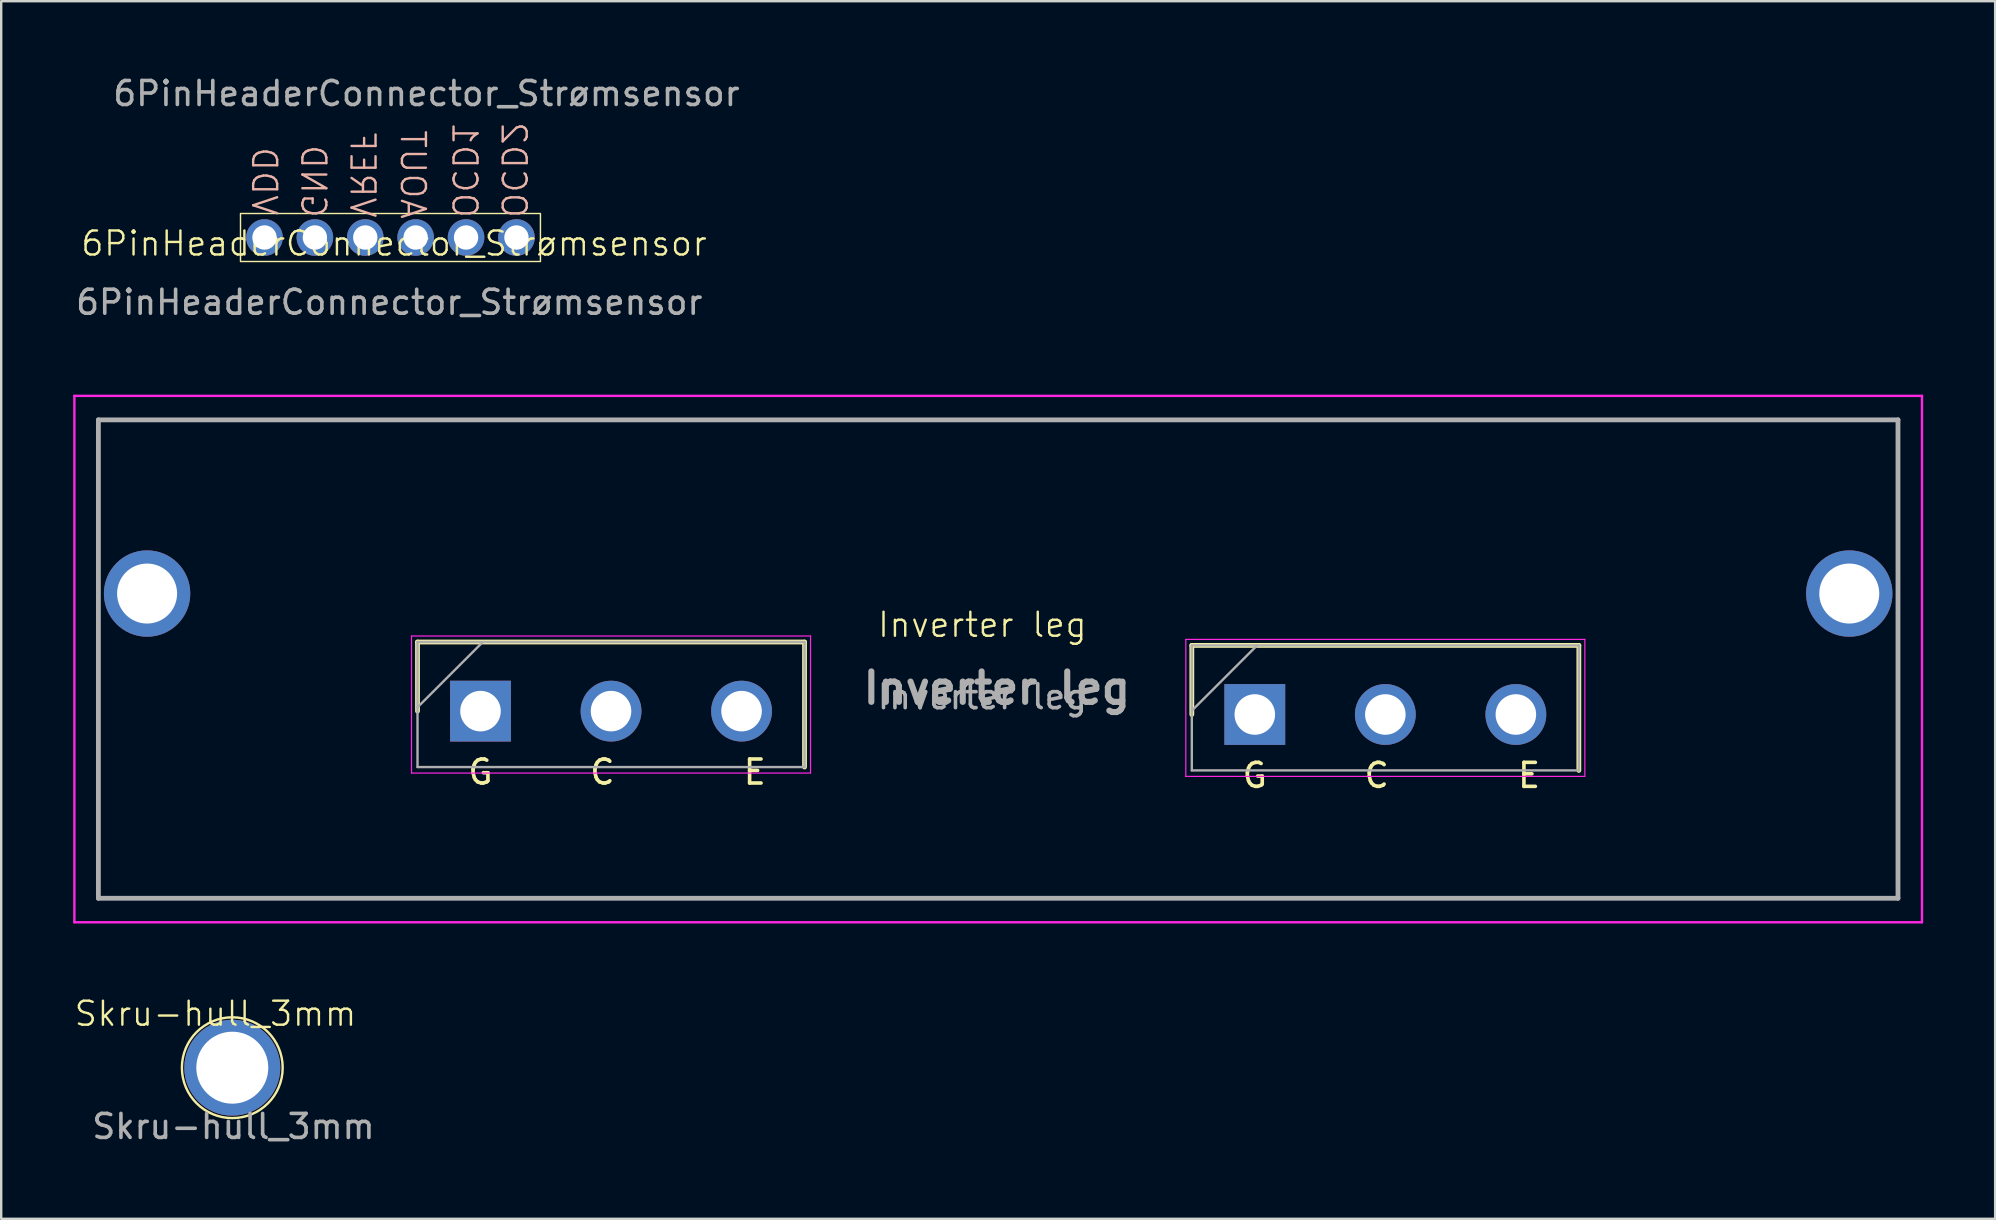
<source format=kicad_pcb>
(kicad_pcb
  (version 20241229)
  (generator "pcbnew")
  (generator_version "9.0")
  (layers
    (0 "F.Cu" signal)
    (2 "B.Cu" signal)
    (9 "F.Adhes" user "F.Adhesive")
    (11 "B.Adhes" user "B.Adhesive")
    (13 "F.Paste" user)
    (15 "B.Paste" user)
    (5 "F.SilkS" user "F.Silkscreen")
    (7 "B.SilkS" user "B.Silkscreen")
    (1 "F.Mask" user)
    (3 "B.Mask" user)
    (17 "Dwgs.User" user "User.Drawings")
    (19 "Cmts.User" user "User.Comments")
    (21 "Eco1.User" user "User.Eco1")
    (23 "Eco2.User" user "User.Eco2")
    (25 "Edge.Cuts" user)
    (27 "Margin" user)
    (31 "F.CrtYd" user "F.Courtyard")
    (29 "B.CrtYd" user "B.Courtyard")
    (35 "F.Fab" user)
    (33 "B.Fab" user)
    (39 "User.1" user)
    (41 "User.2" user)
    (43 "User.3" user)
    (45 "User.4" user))
  (footprint "Inverter leg"
    (layer "F.Cu")
    (at 38.55 22.047)
    (property "Reference" "Inverter leg" (at -0.66 0.94 0) (unlocked yes) (layer "F.SilkS") (effects (font (size 1 1) (thickness 0.1))))
    (attr through_hole)
    (fp_line (start -37.5 -7.6) (end 37.5 -7.6) (stroke (width 0.1) (type solid)) (layer "F.SilkS"))
    (fp_line (start -37.5 12.34) (end -37.5 -7.6) (stroke (width 0.1) (type solid)) (layer "F.SilkS"))
    (fp_line (start -24.2 1.66) (end -24.2 4.54) (stroke (width 0.2) (type solid)) (layer "F.SilkS"))
    (fp_line (start -8.07 1.66) (end -24.2 1.66) (stroke (width 0.2) (type solid)) (layer "F.SilkS"))
    (fp_line (start -8.07 6.87) (end -8.07 1.66) (stroke (width 0.2) (type solid)) (layer "F.SilkS"))
    (fp_line (start 8.07 1.8) (end 8.07 4.68) (stroke (width 0.2) (type solid)) (layer "F.SilkS"))
    (fp_line (start 24.2 1.8) (end 8.07 1.8) (stroke (width 0.2) (type solid)) (layer "F.SilkS"))
    (fp_line (start 24.2 7.01) (end 24.2 1.8) (stroke (width 0.2) (type solid)) (layer "F.SilkS"))
    (fp_line (start 37.5 -7.6) (end 37.5 12.34) (stroke (width 0.1) (type solid)) (layer "F.SilkS"))
    (fp_line (start 37.5 12.34) (end -37.5 12.34) (stroke (width 0.1) (type solid)) (layer "F.SilkS"))
    (fp_line (start -38.5 -8.6) (end 38.5 -8.6) (stroke (width 0.1) (type solid)) (layer "F.CrtYd"))
    (fp_line (start -38.5 13.34) (end -38.5 -8.6) (stroke (width 0.1) (type solid)) (layer "F.CrtYd"))
    (fp_line (start -24.45 1.41) (end -7.82 1.41) (stroke (width 0.05) (type solid)) (layer "F.CrtYd"))
    (fp_line (start -24.45 7.12) (end -24.45 1.41) (stroke (width 0.05) (type solid)) (layer "F.CrtYd"))
    (fp_line (start -7.82 1.41) (end -7.82 7.12) (stroke (width 0.05) (type solid)) (layer "F.CrtYd"))
    (fp_line (start -7.82 7.12) (end -24.45 7.12) (stroke (width 0.05) (type solid)) (layer "F.CrtYd"))
    (fp_line (start 7.82 1.55) (end 24.45 1.55) (stroke (width 0.05) (type solid)) (layer "F.CrtYd"))
    (fp_line (start 7.82 7.26) (end 7.82 1.55) (stroke (width 0.05) (type solid)) (layer "F.CrtYd"))
    (fp_line (start 24.45 1.55) (end 24.45 7.26) (stroke (width 0.05) (type solid)) (layer "F.CrtYd"))
    (fp_line (start 24.45 7.26) (end 7.82 7.26) (stroke (width 0.05) (type solid)) (layer "F.CrtYd"))
    (fp_line (start 38.5 -8.6) (end 38.5 13.34) (stroke (width 0.1) (type solid)) (layer "F.CrtYd"))
    (fp_line (start 38.5 13.34) (end -38.5 13.34) (stroke (width 0.1) (type solid)) (layer "F.CrtYd"))
    (fp_line (start -37.5 -7.6) (end 37.5 -7.6) (stroke (width 0.2) (type solid)) (layer "F.Fab"))
    (fp_line (start -37.5 12.34) (end -37.5 -7.6) (stroke (width 0.2) (type solid)) (layer "F.Fab"))
    (fp_line (start -24.2 1.66) (end -8.07 1.66) (stroke (width 0.1) (type solid)) (layer "F.Fab"))
    (fp_line (start -24.2 4.38) (end -21.48 1.66) (stroke (width 0.1) (type solid)) (layer "F.Fab"))
    (fp_line (start -24.2 6.87) (end -24.2 1.66) (stroke (width 0.1) (type solid)) (layer "F.Fab"))
    (fp_line (start -8.07 1.66) (end -8.07 6.87) (stroke (width 0.1) (type solid)) (layer "F.Fab"))
    (fp_line (start -8.07 6.87) (end -24.2 6.87) (stroke (width 0.1) (type solid)) (layer "F.Fab"))
    (fp_line (start 8.07 1.8) (end 24.2 1.8) (stroke (width 0.1) (type solid)) (layer "F.Fab"))
    (fp_line (start 8.07 4.52) (end 10.79 1.8) (stroke (width 0.1) (type solid)) (layer "F.Fab"))
    (fp_line (start 8.07 7.01) (end 8.07 1.8) (stroke (width 0.1) (type solid)) (layer "F.Fab"))
    (fp_line (start 24.2 1.8) (end 24.2 7.01) (stroke (width 0.1) (type solid)) (layer "F.Fab"))
    (fp_line (start 24.2 7.01) (end 8.07 7.01) (stroke (width 0.1) (type solid)) (layer "F.Fab"))
    (fp_line (start 37.5 -7.6) (end 37.5 12.34) (stroke (width 0.2) (type solid)) (layer "F.Fab"))
    (fp_line (start 37.5 12.34) (end -37.5 12.34) (stroke (width 0.2) (type solid)) (layer "F.Fab"))
    (fp_text user "E" (at -10.145 7.08 0) (unlocked yes) (layer "F.SilkS") (effects (font (size 1 1) (thickness 0.15))))
    (fp_text user "G" (at 10.695 7.22 0) (unlocked yes) (layer "F.SilkS") (effects (font (size 1 1) (thickness 0.15))))
    (fp_text user "C" (at 15.775 7.22 0) (unlocked yes) (layer "F.SilkS") (effects (font (size 1 1) (thickness 0.15))))
    (fp_text user "C" (at -16.495 7.08 0) (unlocked yes) (layer "F.SilkS") (effects (font (size 1 1) (thickness 0.15))))
    (fp_text user "E" (at 22.125 7.22 0) (unlocked yes) (layer "F.SilkS") (effects (font (size 1 1) (thickness 0.15))))
    (fp_text user "G" (at -21.575 7.08 0) (unlocked yes) (layer "F.SilkS") (effects (font (size 1 1) (thickness 0.15))))
    (fp_text user "${REFERENCE}" (at -0.66 3.94 0) (unlocked yes) (layer "F.Fab") (effects (font (size 1 1) (thickness 0.15))))
    (fp_text user "${REFERENCE}" (at -0.055 3.58 0) (layer "F.Fab") (effects (font (size 1.27 1.27) (thickness 0.254))))
    (pad "1" thru_hole circle (at 16.135 4.68) (size 2.535 2.535) (drill 1.69) (layers "*.Cu" "*.Mask"))
    (pad "2" thru_hole rect (at 10.695 4.68) (size 2.535 2.535) (drill 1.69) (layers "*.Cu" "*.Mask"))
    (pad "3" thru_hole circle (at 21.575 4.68) (size 2.535 2.535) (drill 1.69) (layers "*.Cu" "*.Mask"))
    (pad "4" thru_hole circle (at -16.135 4.54) (size 2.535 2.535) (drill 1.69) (layers "*.Cu" "*.Mask"))
    (pad "5" thru_hole rect (at -21.575 4.54) (size 2.535 2.535) (drill 1.69) (layers "*.Cu" "*.Mask"))
    (pad "6" thru_hole circle (at -10.695 4.54) (size 2.535 2.535) (drill 1.69) (layers "*.Cu" "*.Mask"))
    (pad "7" thru_hole circle (at -35.47 -0.36) (size 3.6 3.6) (drill 2.5) (layers "*.Cu" "*.Mask"))
    (pad "8" thru_hole circle (at 35.47 -0.36) (size 3.6 3.6) (drill 2.5) (layers "*.Cu" "*.Mask")))
  (footprint "6PinHeaderConnector_Strømsensor"
    (layer "F.Cu")
    (at 13.173 7.048)
    (property "Reference" "6PinHeaderConnector_Strømsensor" (at 0.2 0.05 0) (unlocked yes) (layer "F.SilkS") (effects (font (size 1 1) (thickness 0.1))))
    (attr through_hole)
    (fp_rect (start -6.2 -1.2) (end 6.3 0.8) (stroke (width 0.06) (type default)) (fill no) (layer "F.SilkS"))
    (fp_text user "GND" (at -3.75 -0.95 270) (unlocked yes) (layer "B.SilkS") (effects (font (size 1 1) (thickness 0.1)) (justify left bottom mirror)))
    (fp_text user "VREF" (at -1.7 -0.95 270) (unlocked yes) (layer "B.SilkS") (effects (font (size 1 1) (thickness 0.1)) (justify left bottom mirror)))
    (fp_text user "OCD2" (at 4.6 -0.95 270) (unlocked yes) (layer "B.SilkS") (effects (font (size 1 1) (thickness 0.1)) (justify left bottom mirror)))
    (fp_text user "OCD1" (at 2.55 -0.95 270) (unlocked yes) (layer "B.SilkS") (effects (font (size 1 1) (thickness 0.1)) (justify left bottom mirror)))
    (fp_text user "VDD" (at -5.8 -1.05 270) (unlocked yes) (layer "B.SilkS") (effects (font (size 1 1) (thickness 0.1)) (justify left bottom mirror)))
    (fp_text user "AOUT" (at 0.4 -0.9 270) (unlocked yes) (layer "B.SilkS") (effects (font (size 1 1) (thickness 0.1)) (justify left bottom mirror)))
    (fp_text user "${REFERENCE}" (at 1.55 -6.2 0) (unlocked yes) (layer "F.Fab") (effects (font (size 1 1) (thickness 0.15))))
    (fp_text user "${REFERENCE}" (at 0 2.5 0) (unlocked yes) (layer "F.Fab") (effects (font (size 1 1) (thickness 0.15))))
    (pad "1" thru_hole circle (at -5.2 -0.2) (size 1.524 1.524) (drill 1.016) (layers "*.Cu" "*.Mask"))
    (pad "2" thru_hole circle (at -3.1 -0.2) (size 1.524 1.524) (drill 1.016) (layers "*.Cu" "*.Mask"))
    (pad "3" thru_hole circle (at -1 -0.2) (size 1.524 1.524) (drill 1.016) (layers "*.Cu" "*.Mask"))
    (pad "4" thru_hole circle (at 1.1 -0.2) (size 1.524 1.524) (drill 1.016) (layers "*.Cu" "*.Mask"))
    (pad "5" thru_hole circle (at 3.2 -0.2) (size 1.524 1.524) (drill 1.016) (layers "*.Cu" "*.Mask"))
    (pad "6" thru_hole circle (at 5.3 -0.2) (size 1.524 1.524) (drill 1.016) (layers "*.Cu" "*.Mask")))
  (footprint "Skru-hull_3mm"
    (layer "F.Cu")
    (at 6.681 41.397)
    (property "Reference" "Skru-hull_3mm" (at -0.75 -2.2 0) (unlocked yes) (layer "F.SilkS") (effects (font (size 1 1) (thickness 0.1))))
    (attr smd)
    (fp_circle (center -0.05 0.05) (end 2.05 0.05) (stroke (width 0.1) (type default)) (fill no) (layer "F.SilkS"))
    (fp_text user "${REFERENCE}" (at 0 2.5 0) (unlocked yes) (layer "F.Fab") (effects (font (size 1 1) (thickness 0.15))))
    (pad "1" thru_hole circle (at -0.05 0.05) (size 4 4) (drill 3) (layers "*.Cu" "*.Mask")))
  (gr_rect
    (start -3 -3)
    (end 80.1 47.745)
    (stroke (width 0.1) (type default))
    (fill no)
    (layer "Edge.Cuts")))
</source>
